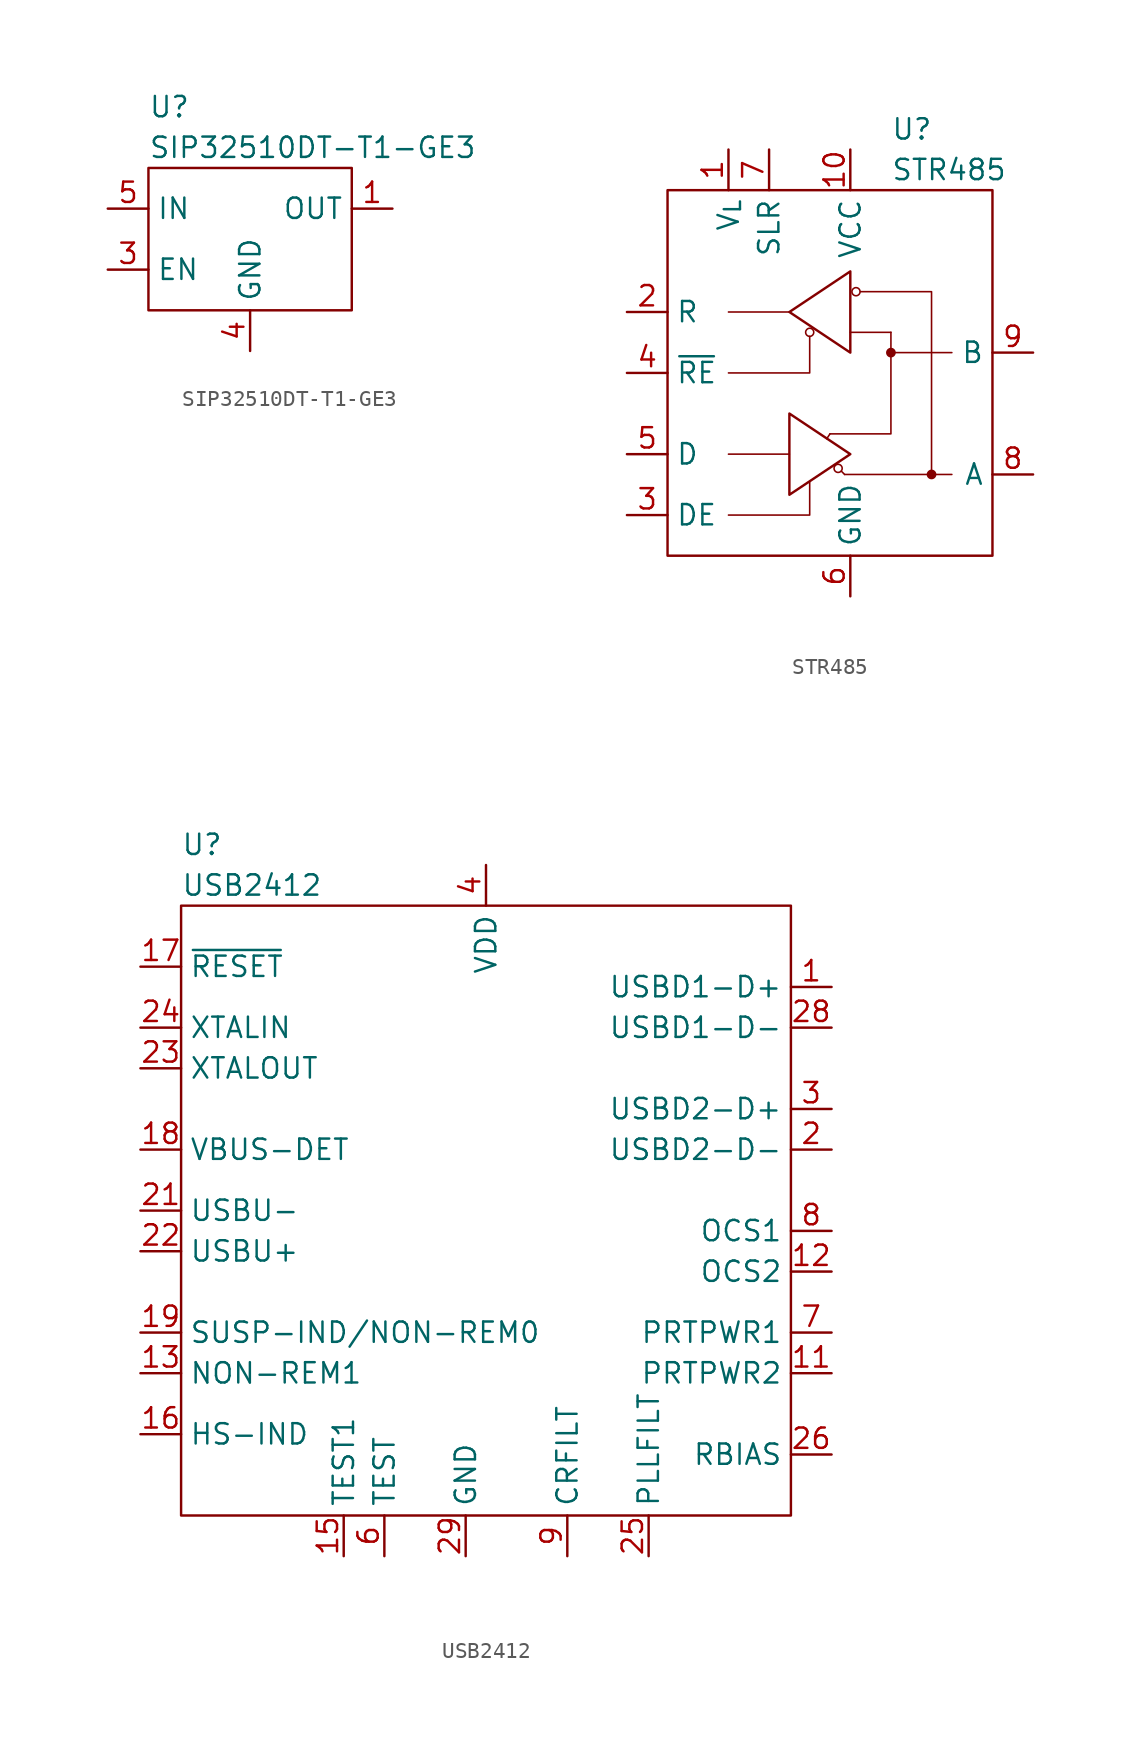
<source format=kicad_sym>
(kicad_symbol_lib
  (version 20220914)
  (generator kicad_symbol_editor)
  (symbol "SIP32510DT-T1-GE3"
    (property "Reference" "U"
      (at 0 3.81 0)
      (effects (font (size 1.27 1.27)) (justify left)))
    (property "Value" "SIP32510DT-T1-GE3"
      (at 0 1.27 0)
      (effects (font (size 1.27 1.27)) (justify left)))
    (symbol "SIP32510DT-T1-GE3_0_0"
      (pin power_out line (at 15.24 -2.54 180) (length 2.54) (name "OUT" (effects (font (size 1.27 1.27)))) (number "1" (effects (font (size 1.27 1.27)))))
      (pin power_out line (at 15.24 -2.54 180) (length 2.54) hide (name "OUT" (effects (font (size 1.27 1.27)))) (number "2" (effects (font (size 1.27 1.27)))))
      (pin input line (at -2.54 -6.35 0) (length 2.54) (name "EN" (effects (font (size 1.27 1.27)))) (number "3" (effects (font (size 1.27 1.27)))))
      (pin power_in line (at 6.35 -11.43 90) (length 2.54) (name "GND" (effects (font (size 1.27 1.27)))) (number "4" (effects (font (size 1.27 1.27)))))
      (pin power_in line (at -2.54 -2.54 0) (length 2.54) (name "IN" (effects (font (size 1.27 1.27)))) (number "5" (effects (font (size 1.27 1.27)))))
      (pin power_in line (at -2.54 -2.54 0) (length 2.54) hide (name "IN" (effects (font (size 1.27 1.27)))) (number "6" (effects (font (size 1.27 1.27))))))
    (symbol "SIP32510DT-T1-GE3_0_1"
      (rectangle (start 0 0) (end 12.7 -8.89) (stroke (width 0) (type default)) (fill (type none)))))
  (symbol "STR485"
    (property "Reference" "U"
      (at 16.51 3.81 0)
      (effects (font (size 1.27 1.27)) (justify left)))
    (property "Value" "STR485"
      (at 16.51 1.27 0)
      (effects (font (size 1.27 1.27)) (justify left)))
    (symbol "STR485_0_0"
      (pin power_in line (at 6.35 2.54 270) (length 2.54) (name "V_{L}" (effects (font (size 1.27 1.27)))) (number "1" (effects (font (size 1.27 1.27)))))
      (pin power_in line (at 13.97 2.54 270) (length 2.54) (name "VCC" (effects (font (size 1.27 1.27)))) (number "10" (effects (font (size 1.27 1.27)))))
      (pin power_in line (at 13.97 -25.4 90) (length 2.54) hide (name "GND" (effects (font (size 1.27 1.27)))) (number "11" (effects (font (size 1.27 1.27)))))
      (pin output line (at 0 -7.62 0) (length 2.54) (name "R" (effects (font (size 1.27 1.27)))) (number "2" (effects (font (size 1.27 1.27)))))
      (pin input line (at 0 -20.32 0) (length 2.54) (name "DE" (effects (font (size 1.27 1.27)))) (number "3" (effects (font (size 1.27 1.27)))))
      (pin input line (at 0 -11.43 0) (length 2.54) (name "~{RE}" (effects (font (size 1.27 1.27)))) (number "4" (effects (font (size 1.27 1.27)))))
      (pin input line (at 0 -16.51 0) (length 2.54) (name "D" (effects (font (size 1.27 1.27)))) (number "5" (effects (font (size 1.27 1.27)))))
      (pin power_in line (at 13.97 -25.4 90) (length 2.54) (name "GND" (effects (font (size 1.27 1.27)))) (number "6" (effects (font (size 1.27 1.27)))))
      (pin input line (at 8.89 2.54 270) (length 2.54) (name "SLR" (effects (font (size 1.27 1.27)))) (number "7" (effects (font (size 1.27 1.27)))))
      (pin bidirectional line (at 25.4 -17.78 180) (length 2.54) (name "A" (effects (font (size 1.27 1.27)))) (number "8" (effects (font (size 1.27 1.27)))))
      (pin bidirectional line (at 25.4 -10.16 180) (length 2.54) (name "B" (effects (font (size 1.27 1.27)))) (number "9" (effects (font (size 1.27 1.27))))))
    (symbol "STR485_0_1"
      (polyline (pts (xy 10.16 -16.51) (xy 6.35 -16.51)) (stroke (width 0.1) (type default)) (fill (type none)))
      (polyline (pts (xy 10.16 -7.62) (xy 6.35 -7.62)) (stroke (width 0.1) (type default)) (fill (type none)))
      (polyline (pts (xy 12.7 -15.24) (xy 12.497 -15.545)) (stroke (width 0.1) (type default)) (fill (type none)))
      (polyline (pts (xy 13.614 -17.78) (xy 13.411 -17.577)) (stroke (width 0.1) (type default)) (fill (type none)))
      (polyline (pts (xy 13.97 -8.89) (xy 16.51 -8.89)) (stroke (width 0.1) (type default)) (fill (type none)))
      (polyline (pts (xy 16.51 -10.16) (xy 20.32 -10.16)) (stroke (width 0.1) (type default)) (fill (type none)))
      (polyline (pts (xy 19.05 -17.78) (xy 20.32 -17.78)) (stroke (width 0.1) (type default)) (fill (type none)))
      (polyline (pts (xy 6.35 -20.32) (xy 11.43 -20.32) (xy 11.43 -18.237)) (stroke (width 0.1) (type default)) (fill (type none)))
      (polyline (pts (xy 6.35 -11.43) (xy 11.43 -11.43) (xy 11.43 -9.144)) (stroke (width 0.1) (type default)) (fill (type none)))
      (polyline (pts (xy 12.7 -15.24) (xy 16.51 -15.24) (xy 16.51 -8.89)) (stroke (width 0.1) (type default)) (fill (type none)))
      (polyline (pts (xy 10.16 -13.97) (xy 10.16 -19.05) (xy 13.97 -16.51) (xy 10.16 -13.97)) (stroke (width 0) (type default)) (fill (type none)))
      (polyline (pts (xy 13.614 -17.78) (xy 19.05 -17.78) (xy 19.05 -6.35) (xy 14.605 -6.35)) (stroke (width 0.1) (type default)) (fill (type none)))
      (polyline (pts (xy 13.97 -10.16) (xy 13.97 -5.08) (xy 10.16 -7.62) (xy 13.97 -10.16)) (stroke (width 0) (type default)) (fill (type none)))
      (rectangle (start 2.54 0) (end 22.86 -22.86) (stroke (width 0) (type default)) (fill (type none)))
      (circle (center 11.43 -8.89) (radius 0.254) (stroke (width 0.1) (type default)) (fill (type none)))
      (circle (center 13.208 -17.399) (radius 0.254) (stroke (width 0.1) (type default)) (fill (type none)))
      (circle (center 14.326 -6.35) (radius 0.254) (stroke (width 0.1) (type default)) (fill (type none)))
      (circle (center 16.51 -10.16) (radius 0.254) (stroke (width 0.1) (type default)) (fill (type outline)))
      (circle (center 19.05 -17.78) (radius 0.254) (stroke (width 0.1) (type default)) (fill (type outline)))))
  (symbol "USB2412"
    (property "Reference" "U"
      (at 0 3.81 0)
      (effects (font (size 1.27 1.27)) (justify left)))
    (property "Value" "USB2412"
      (at 0 1.27 0)
      (effects (font (size 1.27 1.27)) (justify left)))
    (symbol "USB2412_0_0"
      (pin bidirectional line (at 40.64 -5.08 180) (length 2.54) (name "USBD1-D+" (effects (font (size 1.27 1.27)))) (number "1" (effects (font (size 1.27 1.27)))))
      (pin power_in line (at 19.05 2.54 270) (length 2.54) hide (name "VDD" (effects (font (size 1.27 1.27)))) (number "10" (effects (font (size 1.27 1.27)))))
      (pin output line (at 40.64 -29.21 180) (length 2.54) (name "PRTPWR2" (effects (font (size 1.27 1.27)))) (number "11" (effects (font (size 1.27 1.27)))))
      (pin input line (at 40.64 -22.86 180) (length 2.54) (name "OCS2" (effects (font (size 1.27 1.27)))) (number "12" (effects (font (size 1.27 1.27)))))
      (pin input line (at -2.54 -29.21 0) (length 2.54) (name "NON-REM1" (effects (font (size 1.27 1.27)))) (number "13" (effects (font (size 1.27 1.27)))))
      (pin power_in line (at 19.05 2.54 270) (length 2.54) hide (name "VDD" (effects (font (size 1.27 1.27)))) (number "14" (effects (font (size 1.27 1.27)))))
      (pin input line (at 10.16 -40.64 90) (length 2.54) (name "TEST1" (effects (font (size 1.27 1.27)))) (number "15" (effects (font (size 1.27 1.27)))))
      (pin output line (at -2.54 -33.02 0) (length 2.54) (name "HS-IND" (effects (font (size 1.27 1.27)))) (number "16" (effects (font (size 1.27 1.27)))))
      (pin input line (at -2.54 -3.81 0) (length 2.54) (name "~{RESET}" (effects (font (size 1.27 1.27)))) (number "17" (effects (font (size 1.27 1.27)))))
      (pin input line (at -2.54 -15.24 0) (length 2.54) (name "VBUS-DET" (effects (font (size 1.27 1.27)))) (number "18" (effects (font (size 1.27 1.27)))))
      (pin bidirectional line (at -2.54 -26.67 0) (length 2.54) (name "SUSP-IND/NON-REM0" (effects (font (size 1.27 1.27)))) (number "19" (effects (font (size 1.27 1.27)))) (alternate "NON-REM0" input line) (alternate "SUSP-IND" output line))
      (pin bidirectional line (at 40.64 -15.24 180) (length 2.54) (name "USBD2-D-" (effects (font (size 1.27 1.27)))) (number "2" (effects (font (size 1.27 1.27)))))
      (pin power_in line (at 19.05 2.54 270) (length 2.54) hide (name "VDD" (effects (font (size 1.27 1.27)))) (number "20" (effects (font (size 1.27 1.27)))))
      (pin bidirectional line (at -2.54 -19.05 0) (length 2.54) (name "USBU-" (effects (font (size 1.27 1.27)))) (number "21" (effects (font (size 1.27 1.27)))))
      (pin bidirectional line (at -2.54 -21.59 0) (length 2.54) (name "USBU+" (effects (font (size 1.27 1.27)))) (number "22" (effects (font (size 1.27 1.27)))))
      (pin output line (at -2.54 -10.16 0) (length 2.54) (name "XTALOUT" (effects (font (size 1.27 1.27)))) (number "23" (effects (font (size 1.27 1.27)))))
      (pin input line (at -2.54 -7.62 0) (length 2.54) (name "XTALIN" (effects (font (size 1.27 1.27)))) (number "24" (effects (font (size 1.27 1.27)))))
      (pin power_in line (at 29.21 -40.64 90) (length 2.54) (name "PLLFILT" (effects (font (size 1.27 1.27)))) (number "25" (effects (font (size 1.27 1.27)))))
      (pin input line (at 40.64 -34.29 180) (length 2.54) (name "RBIAS" (effects (font (size 1.27 1.27)))) (number "26" (effects (font (size 1.27 1.27)))))
      (pin power_in line (at 19.05 2.54 270) (length 2.54) hide (name "VDD" (effects (font (size 1.27 1.27)))) (number "27" (effects (font (size 1.27 1.27)))))
      (pin bidirectional line (at 40.64 -7.62 180) (length 2.54) (name "USBD1-D-" (effects (font (size 1.27 1.27)))) (number "28" (effects (font (size 1.27 1.27)))))
      (pin power_in line (at 17.78 -40.64 90) (length 2.54) (name "GND" (effects (font (size 1.27 1.27)))) (number "29" (effects (font (size 1.27 1.27)))))
      (pin bidirectional line (at 40.64 -12.7 180) (length 2.54) (name "USBD2-D+" (effects (font (size 1.27 1.27)))) (number "3" (effects (font (size 1.27 1.27)))))
      (pin power_in line (at 19.05 2.54 270) (length 2.54) (name "VDD" (effects (font (size 1.27 1.27)))) (number "4" (effects (font (size 1.27 1.27)))))
      (pin no_connect line (at 17.78 -12.7 0) (length 2.54) hide (name "NC" (effects (font (size 1.27 1.27)))) (number "5" (effects (font (size 1.27 1.27)))))
      (pin input line (at 12.7 -40.64 90) (length 2.54) (name "TEST" (effects (font (size 1.27 1.27)))) (number "6" (effects (font (size 1.27 1.27)))))
      (pin output line (at 40.64 -26.67 180) (length 2.54) (name "PRTPWR1" (effects (font (size 1.27 1.27)))) (number "7" (effects (font (size 1.27 1.27)))))
      (pin input line (at 40.64 -20.32 180) (length 2.54) (name "OCS1" (effects (font (size 1.27 1.27)))) (number "8" (effects (font (size 1.27 1.27)))))
      (pin power_in line (at 24.13 -40.64 90) (length 2.54) (name "CRFILT" (effects (font (size 1.27 1.27)))) (number "9" (effects (font (size 1.27 1.27))))))
    (symbol "USB2412_0_1"
      (rectangle (start 0 0) (end 38.1 -38.1) (stroke (width 0) (type default)) (fill (type none))))))
</source>
